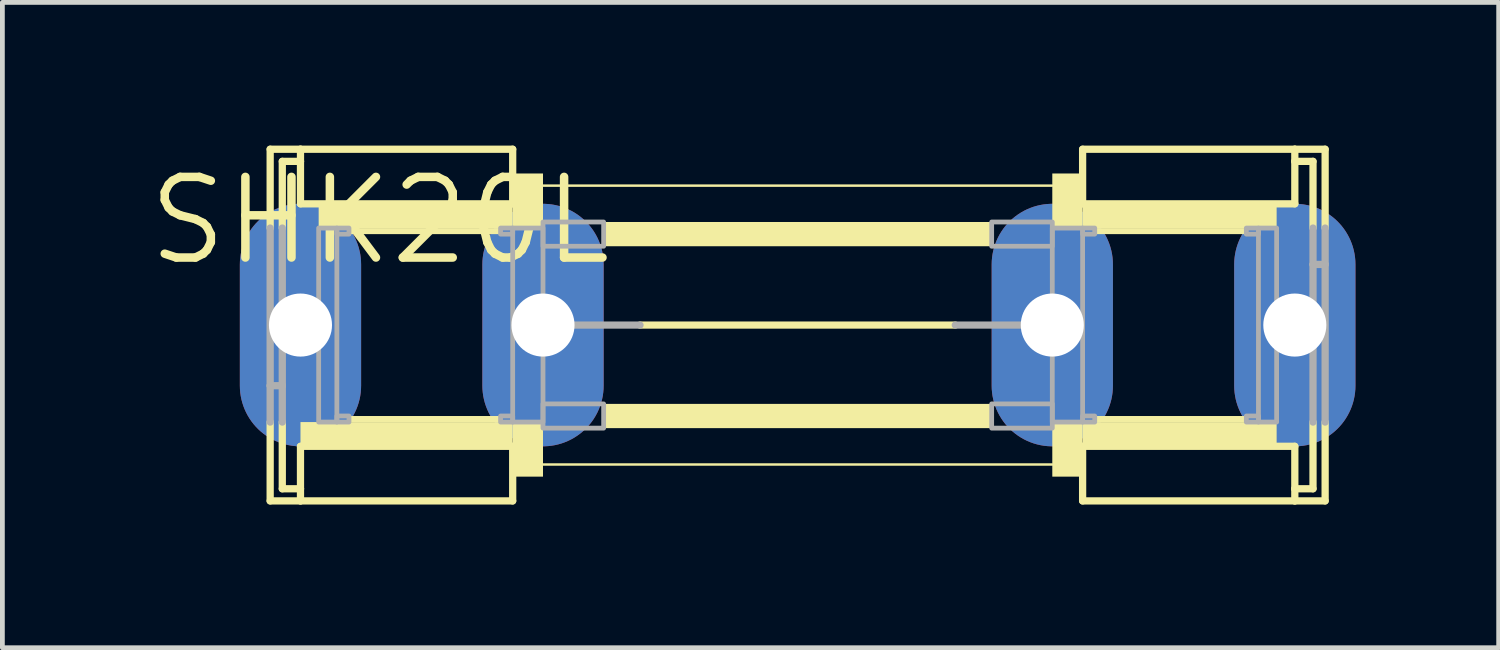
<source format=kicad_pcb>
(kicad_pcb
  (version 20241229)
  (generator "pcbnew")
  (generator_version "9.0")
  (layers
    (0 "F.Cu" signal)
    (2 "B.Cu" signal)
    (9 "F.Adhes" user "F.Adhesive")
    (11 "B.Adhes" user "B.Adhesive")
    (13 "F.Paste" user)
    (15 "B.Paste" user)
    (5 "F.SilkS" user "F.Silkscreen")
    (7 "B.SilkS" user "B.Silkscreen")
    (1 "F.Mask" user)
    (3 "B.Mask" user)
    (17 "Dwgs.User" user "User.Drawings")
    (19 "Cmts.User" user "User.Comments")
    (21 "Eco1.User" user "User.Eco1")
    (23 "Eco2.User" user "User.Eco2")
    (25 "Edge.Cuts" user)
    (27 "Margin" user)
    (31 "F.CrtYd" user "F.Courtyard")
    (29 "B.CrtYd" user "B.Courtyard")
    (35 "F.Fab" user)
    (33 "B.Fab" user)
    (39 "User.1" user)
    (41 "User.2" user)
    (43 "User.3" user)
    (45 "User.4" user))
  (footprint "SHK20L"
    (layer "F.Cu")
    (at 13.658 3.759)
    (property "Reference" "SHK20L" (at -3.81 -3.175 0) (layer "F.SilkS") (effects (font (size 1.689 1.689) (thickness 0.178)) (justify right top)))
    (attr through_hole)
    (fp_line (start -11.049 -2.032) (end -11.049 -3.683) (stroke (width 0.152) (type solid)) (layer "F.SilkS"))
    (fp_line (start -11.049 3.683) (end -11.049 2.032) (stroke (width 0.152) (type solid)) (layer "F.SilkS"))
    (fp_line (start -10.795 -3.429) (end -10.795 -2.032) (stroke (width 0.152) (type solid)) (layer "F.SilkS"))
    (fp_line (start -10.795 -3.429) (end -10.414 -3.429) (stroke (width 0.152) (type solid)) (layer "F.SilkS"))
    (fp_line (start -10.795 2.032) (end -10.795 3.429) (stroke (width 0.152) (type solid)) (layer "F.SilkS"))
    (fp_line (start -10.795 3.429) (end -10.414 3.429) (stroke (width 0.152) (type solid)) (layer "F.SilkS"))
    (fp_line (start -10.414 -3.683) (end -11.049 -3.683) (stroke (width 0.152) (type solid)) (layer "F.SilkS"))
    (fp_line (start -10.414 -3.683) (end -10.414 -3.429) (stroke (width 0.152) (type solid)) (layer "F.SilkS"))
    (fp_line (start -10.414 -3.683) (end -5.969 -3.683) (stroke (width 0.152) (type solid)) (layer "F.SilkS"))
    (fp_line (start -10.414 -3.429) (end -10.414 -2.54) (stroke (width 0.152) (type solid)) (layer "F.SilkS"))
    (fp_line (start -10.414 -2.54) (end -5.969 -2.54) (stroke (width 0.152) (type solid)) (layer "F.SilkS"))
    (fp_line (start -10.414 2.54) (end -5.969 2.54) (stroke (width 0.152) (type solid)) (layer "F.SilkS"))
    (fp_line (start -10.414 3.429) (end -10.414 2.54) (stroke (width 0.152) (type solid)) (layer "F.SilkS"))
    (fp_line (start -10.414 3.683) (end -11.049 3.683) (stroke (width 0.152) (type solid)) (layer "F.SilkS"))
    (fp_line (start -10.414 3.683) (end -10.414 3.429) (stroke (width 0.152) (type solid)) (layer "F.SilkS"))
    (fp_line (start -5.969 -2.54) (end -5.969 -3.683) (stroke (width 0.152) (type solid)) (layer "F.SilkS"))
    (fp_line (start -5.969 3.683) (end -10.414 3.683) (stroke (width 0.152) (type solid)) (layer "F.SilkS"))
    (fp_line (start -5.969 3.683) (end -5.969 2.54) (stroke (width 0.152) (type solid)) (layer "F.SilkS"))
    (fp_line (start -5.334 -2.921) (end 5.334 -2.921) (stroke (width 0.051) (type solid)) (layer "F.SilkS"))
    (fp_line (start -3.302 0) (end 3.302 0) (stroke (width 0.152) (type solid)) (layer "F.SilkS"))
    (fp_line (start 5.334 2.921) (end -5.334 2.921) (stroke (width 0.051) (type solid)) (layer "F.SilkS"))
    (fp_line (start 5.969 -3.683) (end 5.969 -2.54) (stroke (width 0.152) (type solid)) (layer "F.SilkS"))
    (fp_line (start 5.969 -3.683) (end 10.414 -3.683) (stroke (width 0.152) (type solid)) (layer "F.SilkS"))
    (fp_line (start 5.969 2.54) (end 5.969 3.683) (stroke (width 0.152) (type solid)) (layer "F.SilkS"))
    (fp_line (start 10.414 -3.683) (end 10.414 -3.429) (stroke (width 0.152) (type solid)) (layer "F.SilkS"))
    (fp_line (start 10.414 -3.683) (end 11.049 -3.683) (stroke (width 0.152) (type solid)) (layer "F.SilkS"))
    (fp_line (start 10.414 -3.429) (end 10.414 -2.54) (stroke (width 0.152) (type solid)) (layer "F.SilkS"))
    (fp_line (start 10.414 -2.54) (end 5.969 -2.54) (stroke (width 0.152) (type solid)) (layer "F.SilkS"))
    (fp_line (start 10.414 2.54) (end 5.969 2.54) (stroke (width 0.152) (type solid)) (layer "F.SilkS"))
    (fp_line (start 10.414 3.429) (end 10.414 2.54) (stroke (width 0.152) (type solid)) (layer "F.SilkS"))
    (fp_line (start 10.414 3.683) (end 5.969 3.683) (stroke (width 0.152) (type solid)) (layer "F.SilkS"))
    (fp_line (start 10.414 3.683) (end 10.414 3.429) (stroke (width 0.152) (type solid)) (layer "F.SilkS"))
    (fp_line (start 10.414 3.683) (end 11.049 3.683) (stroke (width 0.152) (type solid)) (layer "F.SilkS"))
    (fp_line (start 10.795 -3.429) (end 10.414 -3.429) (stroke (width 0.152) (type solid)) (layer "F.SilkS"))
    (fp_line (start 10.795 -2.032) (end 10.795 -3.429) (stroke (width 0.152) (type solid)) (layer "F.SilkS"))
    (fp_line (start 10.795 3.429) (end 10.414 3.429) (stroke (width 0.152) (type solid)) (layer "F.SilkS"))
    (fp_line (start 10.795 3.429) (end 10.795 2.032) (stroke (width 0.152) (type solid)) (layer "F.SilkS"))
    (fp_line (start 11.049 -3.683) (end 11.049 -2.032) (stroke (width 0.152) (type solid)) (layer "F.SilkS"))
    (fp_line (start 11.049 2.032) (end 11.049 3.683) (stroke (width 0.152) (type solid)) (layer "F.SilkS"))
    (fp_poly (pts (xy -10.414 2.54) (xy -5.969 2.54) (xy -5.969 2.032) (xy -10.414 2.032)) (stroke (width 0) (type solid)) (fill yes) (layer "F.SilkS"))
    (fp_poly (pts (xy -10.033 -2.032) (xy -5.969 -2.032) (xy -5.969 -2.54) (xy -10.033 -2.54)) (stroke (width 0) (type solid)) (fill yes) (layer "F.SilkS"))
    (fp_poly (pts (xy -9.398 -1.905) (xy -6.223 -1.905) (xy -6.223 -2.032) (xy -9.398 -2.032)) (stroke (width 0) (type solid)) (fill yes) (layer "F.SilkS"))
    (fp_poly (pts (xy -9.398 2.032) (xy -6.223 2.032) (xy -6.223 1.905) (xy -9.398 1.905)) (stroke (width 0) (type solid)) (fill yes) (layer "F.SilkS"))
    (fp_poly (pts (xy -5.969 -2.032) (xy -5.334 -2.032) (xy -5.334 -3.175) (xy -5.969 -3.175)) (stroke (width 0) (type solid)) (fill yes) (layer "F.SilkS"))
    (fp_poly (pts (xy -5.969 3.175) (xy -5.334 3.175) (xy -5.334 2.032) (xy -5.969 2.032)) (stroke (width 0) (type solid)) (fill yes) (layer "F.SilkS"))
    (fp_poly (pts (xy -4.064 -1.651) (xy 4.064 -1.651) (xy 4.064 -2.159) (xy -4.064 -2.159)) (stroke (width 0) (type solid)) (fill yes) (layer "F.SilkS"))
    (fp_poly (pts (xy -4.064 2.159) (xy 4.064 2.159) (xy 4.064 1.651) (xy -4.064 1.651)) (stroke (width 0) (type solid)) (fill yes) (layer "F.SilkS"))
    (fp_poly (pts (xy 5.334 -2.032) (xy 5.969 -2.032) (xy 5.969 -3.175) (xy 5.334 -3.175)) (stroke (width 0) (type solid)) (fill yes) (layer "F.SilkS"))
    (fp_poly (pts (xy 5.334 3.175) (xy 5.969 3.175) (xy 5.969 2.032) (xy 5.334 2.032)) (stroke (width 0) (type solid)) (fill yes) (layer "F.SilkS"))
    (fp_poly (pts (xy 5.969 -2.032) (xy 10.033 -2.032) (xy 10.033 -2.54) (xy 5.969 -2.54)) (stroke (width 0) (type solid)) (fill yes) (layer "F.SilkS"))
    (fp_poly (pts (xy 5.969 2.54) (xy 10.033 2.54) (xy 10.033 2.032) (xy 5.969 2.032)) (stroke (width 0) (type solid)) (fill yes) (layer "F.SilkS"))
    (fp_poly (pts (xy 6.223 -1.905) (xy 9.398 -1.905) (xy 9.398 -2.032) (xy 6.223 -2.032)) (stroke (width 0) (type solid)) (fill yes) (layer "F.SilkS"))
    (fp_poly (pts (xy 6.223 2.032) (xy 9.398 2.032) (xy 9.398 1.905) (xy 6.223 1.905)) (stroke (width 0) (type solid)) (fill yes) (layer "F.SilkS"))
    (fp_line (start -11.049 -2.032) (end -11.049 1.27) (stroke (width 0.152) (type solid)) (layer "F.Fab"))
    (fp_line (start -11.049 1.27) (end -10.795 1.27) (stroke (width 0.152) (type solid)) (layer "F.Fab"))
    (fp_line (start -11.049 2.032) (end -11.049 1.27) (stroke (width 0.152) (type solid)) (layer "F.Fab"))
    (fp_line (start -10.795 -2.032) (end -10.795 1.27) (stroke (width 0.152) (type solid)) (layer "F.Fab"))
    (fp_line (start -10.795 1.27) (end -10.795 2.032) (stroke (width 0.152) (type solid)) (layer "F.Fab"))
    (fp_line (start -3.302 0) (end -5.334 0) (stroke (width 0.152) (type solid)) (layer "F.Fab"))
    (fp_line (start 3.302 0) (end 5.334 0) (stroke (width 0.152) (type solid)) (layer "F.Fab"))
    (fp_line (start 10.795 -1.27) (end 10.795 -2.032) (stroke (width 0.152) (type solid)) (layer "F.Fab"))
    (fp_line (start 10.795 -1.27) (end 10.795 2.032) (stroke (width 0.152) (type solid)) (layer "F.Fab"))
    (fp_line (start 11.049 -2.032) (end 11.049 -1.27) (stroke (width 0.152) (type solid)) (layer "F.Fab"))
    (fp_line (start 11.049 -1.27) (end 10.795 -1.27) (stroke (width 0.152) (type solid)) (layer "F.Fab"))
    (fp_line (start 11.049 -1.27) (end 11.049 2.032) (stroke (width 0.152) (type solid)) (layer "F.Fab"))
    (fp_poly (pts (xy -10.033 2.032) (xy -9.652 2.032) (xy -9.652 -2.032) (xy -10.033 -2.032)) (stroke (width 0.1) (type solid)) (fill no) (layer "F.Fab"))
    (fp_poly (pts (xy -9.652 -1.905) (xy -9.398 -1.905) (xy -9.398 -2.032) (xy -9.652 -2.032)) (stroke (width 0.1) (type solid)) (fill no) (layer "F.Fab"))
    (fp_poly (pts (xy -9.652 2.032) (xy -9.398 2.032) (xy -9.398 1.905) (xy -9.652 1.905)) (stroke (width 0.1) (type solid)) (fill no) (layer "F.Fab"))
    (fp_poly (pts (xy -6.223 -1.905) (xy -5.969 -1.905) (xy -5.969 -2.032) (xy -6.223 -2.032)) (stroke (width 0.1) (type solid)) (fill no) (layer "F.Fab"))
    (fp_poly (pts (xy -6.223 2.032) (xy -5.969 2.032) (xy -5.969 1.905) (xy -6.223 1.905)) (stroke (width 0.1) (type solid)) (fill no) (layer "F.Fab"))
    (fp_poly (pts (xy -5.969 2.032) (xy -5.334 2.032) (xy -5.334 -2.032) (xy -5.969 -2.032)) (stroke (width 0.1) (type solid)) (fill no) (layer "F.Fab"))
    (fp_poly (pts (xy -5.334 -1.651) (xy -4.064 -1.651) (xy -4.064 -2.159) (xy -5.334 -2.159)) (stroke (width 0.1) (type solid)) (fill no) (layer "F.Fab"))
    (fp_poly (pts (xy -5.334 2.159) (xy -4.064 2.159) (xy -4.064 1.651) (xy -5.334 1.651)) (stroke (width 0.1) (type solid)) (fill no) (layer "F.Fab"))
    (fp_poly (pts (xy 4.064 -1.651) (xy 5.334 -1.651) (xy 5.334 -2.159) (xy 4.064 -2.159)) (stroke (width 0.1) (type solid)) (fill no) (layer "F.Fab"))
    (fp_poly (pts (xy 4.064 2.159) (xy 5.334 2.159) (xy 5.334 1.651) (xy 4.064 1.651)) (stroke (width 0.1) (type solid)) (fill no) (layer "F.Fab"))
    (fp_poly (pts (xy 5.334 2.032) (xy 5.969 2.032) (xy 5.969 -2.032) (xy 5.334 -2.032)) (stroke (width 0.1) (type solid)) (fill no) (layer "F.Fab"))
    (fp_poly (pts (xy 5.969 -1.905) (xy 6.223 -1.905) (xy 6.223 -2.032) (xy 5.969 -2.032)) (stroke (width 0.1) (type solid)) (fill no) (layer "F.Fab"))
    (fp_poly (pts (xy 5.969 2.032) (xy 6.223 2.032) (xy 6.223 1.905) (xy 5.969 1.905)) (stroke (width 0.1) (type solid)) (fill no) (layer "F.Fab"))
    (fp_poly (pts (xy 9.398 -1.905) (xy 9.652 -1.905) (xy 9.652 -2.032) (xy 9.398 -2.032)) (stroke (width 0.1) (type solid)) (fill no) (layer "F.Fab"))
    (fp_poly (pts (xy 9.398 2.032) (xy 9.652 2.032) (xy 9.652 1.905) (xy 9.398 1.905)) (stroke (width 0.1) (type solid)) (fill no) (layer "F.Fab"))
    (fp_poly (pts (xy 9.652 2.032) (xy 10.033 2.032) (xy 10.033 -2.032) (xy 9.652 -2.032)) (stroke (width 0.1) (type solid)) (fill no) (layer "F.Fab"))
    (pad "1A" thru_hole oval (at -10.414 0 90) (size 5.08 2.54) (drill 1.321) (layers "*.Cu" "*.Mask"))
    (pad "1B" thru_hole oval (at -5.334 0 90) (size 5.08 2.54) (drill 1.321) (layers "*.Cu" "*.Mask"))
    (pad "2A" thru_hole oval (at 10.414 0 90) (size 5.08 2.54) (drill 1.321) (layers "*.Cu" "*.Mask"))
    (pad "2B" thru_hole oval (at 5.334 0 90) (size 5.08 2.54) (drill 1.321) (layers "*.Cu" "*.Mask")))
  (gr_rect
    (start -3 -3)
    (end 28.342 10.518)
    (stroke (width 0.1) (type default))
    (fill no)
    (layer "Edge.Cuts")))
</source>
